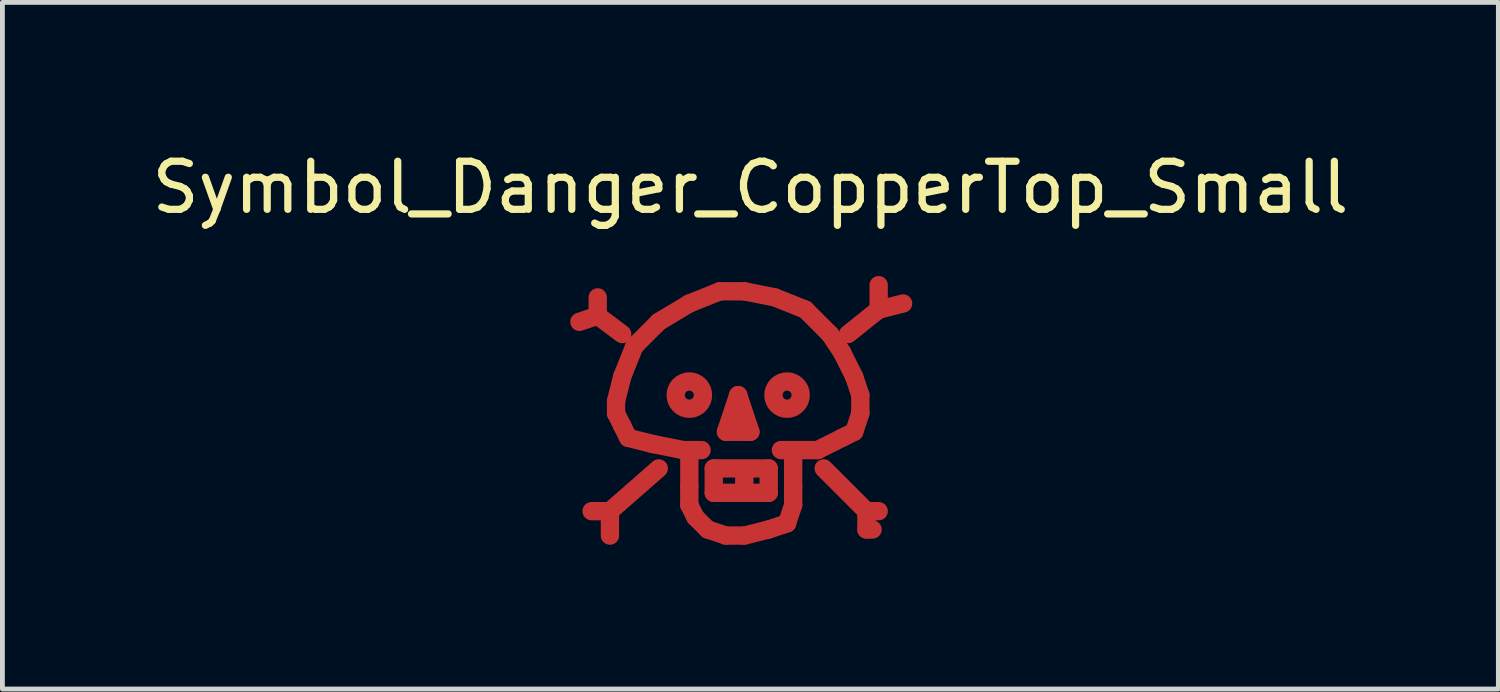
<source format=kicad_pcb>
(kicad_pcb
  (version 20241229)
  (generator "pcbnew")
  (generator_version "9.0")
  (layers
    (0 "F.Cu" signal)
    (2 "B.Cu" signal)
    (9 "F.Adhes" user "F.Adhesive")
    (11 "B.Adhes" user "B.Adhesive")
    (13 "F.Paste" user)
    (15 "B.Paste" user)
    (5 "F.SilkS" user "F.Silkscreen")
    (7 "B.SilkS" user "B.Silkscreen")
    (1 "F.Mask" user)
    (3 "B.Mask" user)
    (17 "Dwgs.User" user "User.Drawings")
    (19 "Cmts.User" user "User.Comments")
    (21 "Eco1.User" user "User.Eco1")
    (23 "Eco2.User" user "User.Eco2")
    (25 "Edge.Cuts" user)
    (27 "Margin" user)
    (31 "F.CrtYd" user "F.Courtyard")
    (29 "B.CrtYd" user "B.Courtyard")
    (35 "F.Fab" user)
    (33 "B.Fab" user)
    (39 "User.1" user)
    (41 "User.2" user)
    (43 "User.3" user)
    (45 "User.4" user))
  (footprint "Symbol_Danger_CopperTop_Small"
    (layer "F.Cu")
    (at 12.3 5.547)
    (property "Reference" "Symbol_Danger_CopperTop_Small" (at 0.254 -4.699 0) (layer "F.SilkS") (effects (font (size 1 1) (thickness 0.15))))
    (attr through_hole)
    (fp_line (start -2.921 -2.032) (end -3.302 -1.905) (stroke (width 0.381) (type solid)) (layer "F.Cu"))
    (fp_line (start -2.921 -2.032) (end -2.921 -2.413) (stroke (width 0.381) (type solid)) (layer "F.Cu"))
    (fp_line (start -2.667 2.032) (end -3.048 2.032) (stroke (width 0.381) (type solid)) (layer "F.Cu"))
    (fp_line (start -2.667 2.032) (end -2.667 2.54) (stroke (width 0.381) (type solid)) (layer "F.Cu"))
    (fp_line (start -2.54 -0.254) (end -2.413 -0.762) (stroke (width 0.381) (type solid)) (layer "F.Cu"))
    (fp_line (start -2.54 0) (end -2.54 -0.254) (stroke (width 0.381) (type solid)) (layer "F.Cu"))
    (fp_line (start -2.54 0) (end -2.413 0.254) (stroke (width 0.381) (type solid)) (layer "F.Cu"))
    (fp_line (start -2.413 -1.651) (end -2.921 -2.032) (stroke (width 0.381) (type solid)) (layer "F.Cu"))
    (fp_line (start -2.413 -0.762) (end -2.159 -1.397) (stroke (width 0.381) (type solid)) (layer "F.Cu"))
    (fp_line (start -2.413 0.254) (end -2.286 0.508) (stroke (width 0.381) (type solid)) (layer "F.Cu"))
    (fp_line (start -2.286 0.508) (end -1.778 0.635) (stroke (width 0.381) (type solid)) (layer "F.Cu"))
    (fp_line (start -2.159 -1.397) (end -1.651 -1.905) (stroke (width 0.381) (type solid)) (layer "F.Cu"))
    (fp_line (start -1.778 0.635) (end -1.143 0.762) (stroke (width 0.381) (type solid)) (layer "F.Cu"))
    (fp_line (start -1.651 -1.905) (end -1.016 -2.286) (stroke (width 0.381) (type solid)) (layer "F.Cu"))
    (fp_line (start -1.651 1.143) (end -2.667 2.032) (stroke (width 0.381) (type solid)) (layer "F.Cu"))
    (fp_line (start -1.143 0.762) (end -0.762 0.762) (stroke (width 0.381) (type solid)) (layer "F.Cu"))
    (fp_line (start -1.016 -2.286) (end -0.381 -2.54) (stroke (width 0.381) (type solid)) (layer "F.Cu"))
    (fp_line (start -1.016 1.524) (end -1.016 0.762) (stroke (width 0.381) (type solid)) (layer "F.Cu"))
    (fp_line (start -1.016 1.905) (end -1.016 1.524) (stroke (width 0.381) (type solid)) (layer "F.Cu"))
    (fp_line (start -1.016 1.905) (end -0.889 2.159) (stroke (width 0.381) (type solid)) (layer "F.Cu"))
    (fp_line (start -0.889 2.159) (end -0.635 2.413) (stroke (width 0.381) (type solid)) (layer "F.Cu"))
    (fp_line (start -0.635 2.413) (end -0.254 2.54) (stroke (width 0.381) (type solid)) (layer "F.Cu"))
    (fp_line (start -0.508 1.143) (end 0.635 1.143) (stroke (width 0.381) (type solid)) (layer "F.Cu"))
    (fp_line (start -0.508 1.651) (end -0.508 1.143) (stroke (width 0.381) (type solid)) (layer "F.Cu"))
    (fp_line (start -0.381 -2.54) (end 0.127 -2.54) (stroke (width 0.381) (type solid)) (layer "F.Cu"))
    (fp_line (start -0.254 0.381) (end 0 -0.381) (stroke (width 0.381) (type solid)) (layer "F.Cu"))
    (fp_line (start 0 -0.381) (end 0.254 0.381) (stroke (width 0.381) (type solid)) (layer "F.Cu"))
    (fp_line (start 0.127 -2.54) (end 0.762 -2.413) (stroke (width 0.381) (type solid)) (layer "F.Cu"))
    (fp_line (start 0.127 1.27) (end 0.127 1.524) (stroke (width 0.381) (type solid)) (layer "F.Cu"))
    (fp_line (start 0.127 2.54) (end -0.254 2.54) (stroke (width 0.381) (type solid)) (layer "F.Cu"))
    (fp_line (start 0.254 0.381) (end -0.254 0.381) (stroke (width 0.381) (type solid)) (layer "F.Cu"))
    (fp_line (start 0.635 1.143) (end 0.635 1.651) (stroke (width 0.381) (type solid)) (layer "F.Cu"))
    (fp_line (start 0.635 1.651) (end -0.508 1.651) (stroke (width 0.381) (type solid)) (layer "F.Cu"))
    (fp_line (start 0.635 2.413) (end 0.127 2.54) (stroke (width 0.381) (type solid)) (layer "F.Cu"))
    (fp_line (start 0.762 -2.413) (end 1.397 -2.159) (stroke (width 0.381) (type solid)) (layer "F.Cu"))
    (fp_line (start 1.016 2.286) (end 0.635 2.413) (stroke (width 0.381) (type solid)) (layer "F.Cu"))
    (fp_line (start 1.143 0.762) (end 1.143 1.524) (stroke (width 0.381) (type solid)) (layer "F.Cu"))
    (fp_line (start 1.143 1.524) (end 1.143 1.905) (stroke (width 0.381) (type solid)) (layer "F.Cu"))
    (fp_line (start 1.143 1.905) (end 1.016 2.286) (stroke (width 0.381) (type solid)) (layer "F.Cu"))
    (fp_line (start 1.27 0.762) (end 0.889 0.762) (stroke (width 0.381) (type solid)) (layer "F.Cu"))
    (fp_line (start 1.397 -2.159) (end 1.905 -1.651) (stroke (width 0.381) (type solid)) (layer "F.Cu"))
    (fp_line (start 1.651 0.762) (end 1.27 0.762) (stroke (width 0.381) (type solid)) (layer "F.Cu"))
    (fp_line (start 1.778 1.143) (end 2.667 2.032) (stroke (width 0.381) (type solid)) (layer "F.Cu"))
    (fp_line (start 1.905 -1.651) (end 2.159 -1.27) (stroke (width 0.381) (type solid)) (layer "F.Cu"))
    (fp_line (start 2.159 -1.27) (end 2.413 -0.762) (stroke (width 0.381) (type solid)) (layer "F.Cu"))
    (fp_line (start 2.159 0.508) (end 1.651 0.762) (stroke (width 0.381) (type solid)) (layer "F.Cu"))
    (fp_line (start 2.286 -1.651) (end 2.921 -2.159) (stroke (width 0.381) (type solid)) (layer "F.Cu"))
    (fp_line (start 2.413 -0.762) (end 2.54 -0.381) (stroke (width 0.381) (type solid)) (layer "F.Cu"))
    (fp_line (start 2.413 0.381) (end 2.159 0.508) (stroke (width 0.381) (type solid)) (layer "F.Cu"))
    (fp_line (start 2.54 -0.381) (end 2.54 0) (stroke (width 0.381) (type solid)) (layer "F.Cu"))
    (fp_line (start 2.54 0) (end 2.413 0.381) (stroke (width 0.381) (type solid)) (layer "F.Cu"))
    (fp_line (start 2.667 2.032) (end 2.667 2.413) (stroke (width 0.381) (type solid)) (layer "F.Cu"))
    (fp_line (start 2.667 2.032) (end 2.921 2.032) (stroke (width 0.381) (type solid)) (layer "F.Cu"))
    (fp_line (start 2.667 2.413) (end 2.794 2.413) (stroke (width 0.381) (type solid)) (layer "F.Cu"))
    (fp_line (start 2.921 -2.159) (end 2.921 -2.667) (stroke (width 0.381) (type solid)) (layer "F.Cu"))
    (fp_line (start 2.921 -2.159) (end 3.429 -2.286) (stroke (width 0.381) (type solid)) (layer "F.Cu"))
    (fp_circle (center -1.016 -0.381) (end -1.27 -0.254) (stroke (width 0.381) (type solid)) (fill no) (layer "F.Cu"))
    (fp_circle (center 1.016 -0.381) (end 1.27 -0.254) (stroke (width 0.381) (type solid)) (fill no) (layer "F.Cu")))
  (gr_rect
    (start -3 -3)
    (end 28.107 11.278)
    (stroke (width 0.1) (type default))
    (fill no)
    (layer "Edge.Cuts")))
</source>
